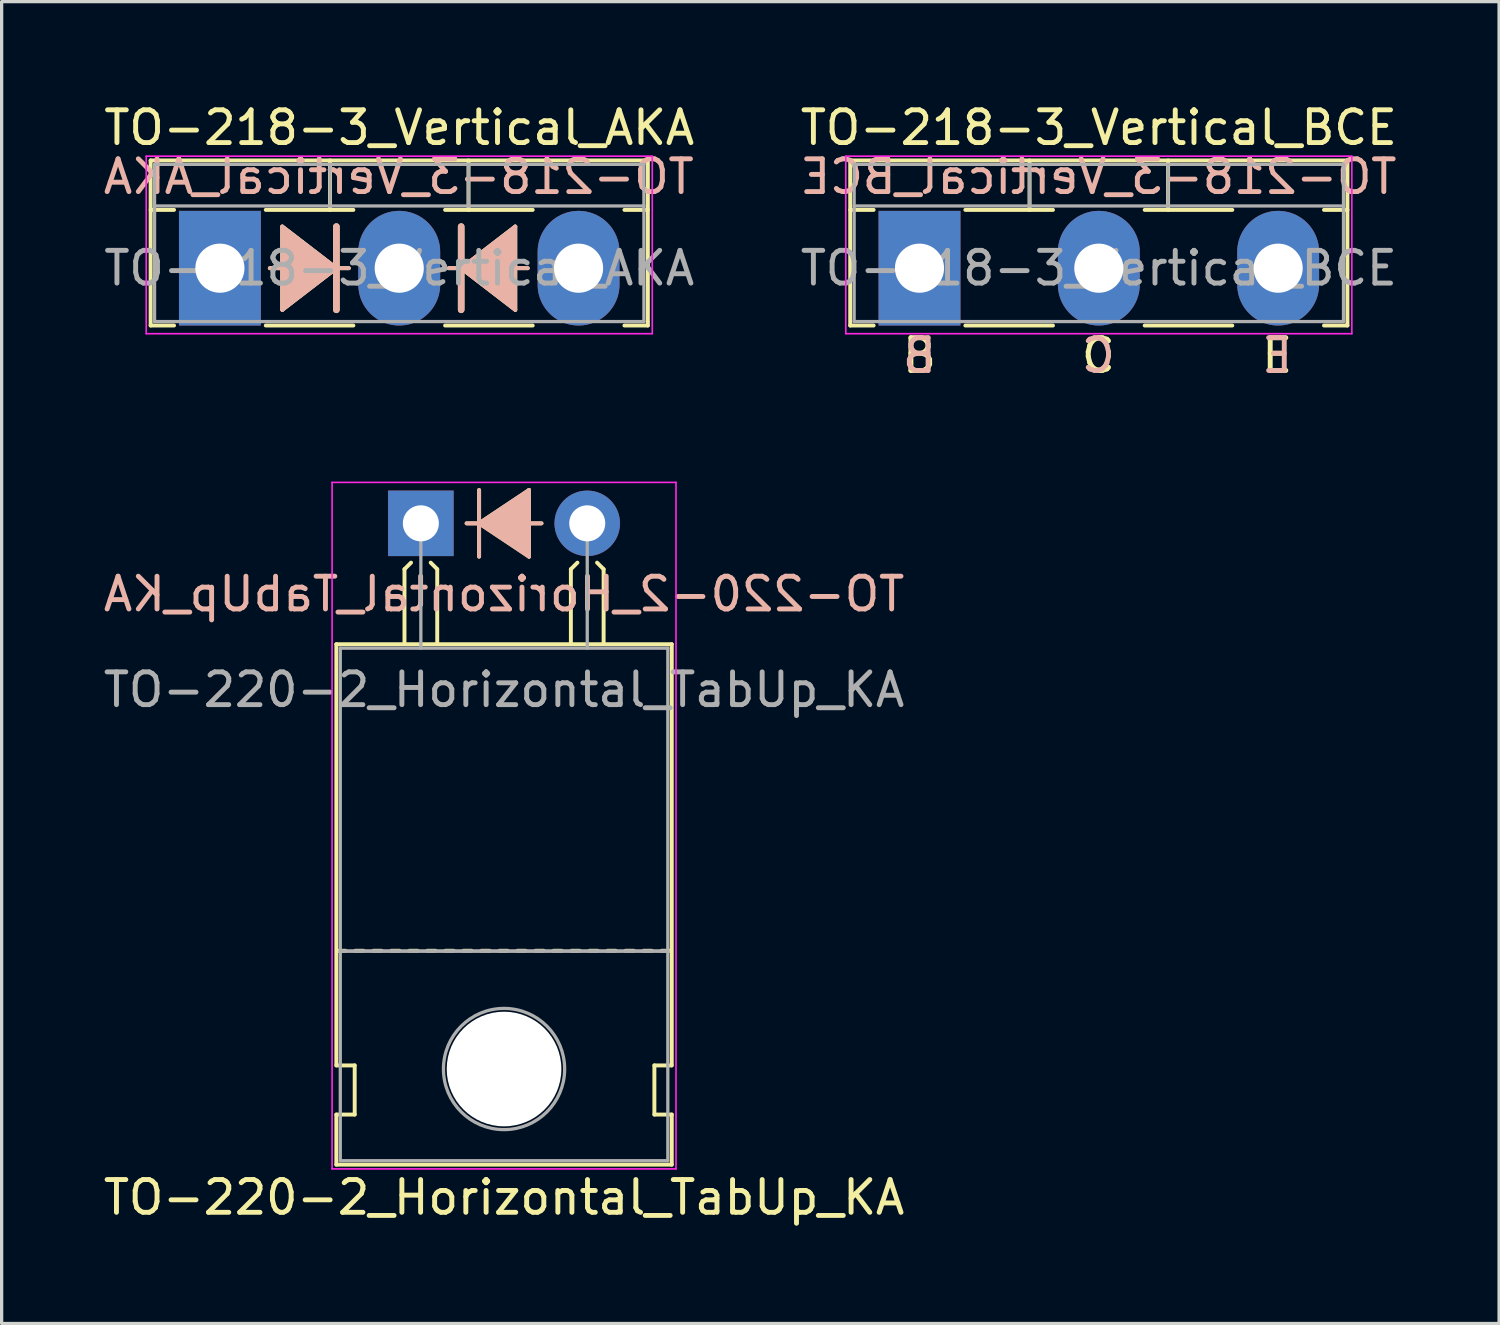
<source format=kicad_pcb>
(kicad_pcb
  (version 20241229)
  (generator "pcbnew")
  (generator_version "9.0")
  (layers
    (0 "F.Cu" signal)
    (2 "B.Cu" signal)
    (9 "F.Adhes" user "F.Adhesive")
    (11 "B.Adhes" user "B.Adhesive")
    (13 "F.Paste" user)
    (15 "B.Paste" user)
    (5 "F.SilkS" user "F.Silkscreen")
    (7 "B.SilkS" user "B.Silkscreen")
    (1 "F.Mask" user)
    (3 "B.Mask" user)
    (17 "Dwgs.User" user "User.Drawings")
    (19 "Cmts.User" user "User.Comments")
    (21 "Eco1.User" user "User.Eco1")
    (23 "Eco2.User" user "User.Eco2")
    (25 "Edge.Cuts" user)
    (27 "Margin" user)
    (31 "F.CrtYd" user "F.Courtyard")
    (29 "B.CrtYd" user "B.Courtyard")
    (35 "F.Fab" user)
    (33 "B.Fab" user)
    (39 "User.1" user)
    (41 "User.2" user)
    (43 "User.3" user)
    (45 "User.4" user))
  (footprint "TO-218-3_Vertical_AKA"
    (layer "F.Cu")
    (at 3.664 5.138)
    (property "Reference" "TO-218-3_Vertical_AKA" (at 5.475 -4.29 0) (layer "F.SilkS") (effects (font (size 1 1) (thickness 0.15))))
    (fp_line (start -2.115 -3.29) (end -2.115 1.75) (stroke (width 0.12) (type solid)) (layer "F.SilkS"))
    (fp_line (start -2.115 -3.29) (end 13.065 -3.29) (stroke (width 0.12) (type solid)) (layer "F.SilkS"))
    (fp_line (start -2.115 -1.78) (end -1.4 -1.78) (stroke (width 0.12) (type solid)) (layer "F.SilkS"))
    (fp_line (start -2.115 1.75) (end -1.4 1.75) (stroke (width 0.12) (type solid)) (layer "F.SilkS"))
    (fp_line (start 1.4 -1.78) (end 4.075 -1.78) (stroke (width 0.12) (type solid)) (layer "F.SilkS"))
    (fp_line (start 1.4 1.75) (end 4.075 1.75) (stroke (width 0.12) (type solid)) (layer "F.SilkS"))
    (fp_line (start 1.524 0) (end 1.905 0) (stroke (width 0.12) (type solid)) (layer "F.SilkS"))
    (fp_line (start 1.905 -1.27) (end 1.905 1.27) (stroke (width 0.12) (type solid)) (layer "F.SilkS"))
    (fp_line (start 1.905 1.27) (end 3.556 0) (stroke (width 0.12) (type solid)) (layer "F.SilkS"))
    (fp_line (start 3.36 -3.29) (end 3.36 -1.78) (stroke (width 0.12) (type solid)) (layer "F.SilkS"))
    (fp_line (start 3.556 0) (end 1.905 -1.27) (stroke (width 0.12) (type solid)) (layer "F.SilkS"))
    (fp_line (start 3.556 0) (end 3.556 -1.27) (stroke (width 0.2) (type solid)) (layer "F.SilkS"))
    (fp_line (start 3.556 1.27) (end 3.556 0) (stroke (width 0.2) (type solid)) (layer "F.SilkS"))
    (fp_line (start 3.937 0) (end 3.556 0) (stroke (width 0.12) (type solid)) (layer "F.SilkS"))
    (fp_line (start 6.875 -1.78) (end 9.55 -1.78) (stroke (width 0.12) (type solid)) (layer "F.SilkS"))
    (fp_line (start 6.875 1.75) (end 9.55 1.75) (stroke (width 0.12) (type solid)) (layer "F.SilkS"))
    (fp_line (start 6.985 0) (end 7.366 0) (stroke (width 0.12) (type solid)) (layer "F.SilkS"))
    (fp_line (start 7.366 -1.27) (end 7.366 0) (stroke (width 0.2) (type solid)) (layer "F.SilkS"))
    (fp_line (start 7.366 0) (end 7.366 1.27) (stroke (width 0.2) (type solid)) (layer "F.SilkS"))
    (fp_line (start 7.366 0) (end 9.017 1.27) (stroke (width 0.12) (type solid)) (layer "F.SilkS"))
    (fp_line (start 7.59 -3.29) (end 7.59 -1.78) (stroke (width 0.12) (type solid)) (layer "F.SilkS"))
    (fp_line (start 9.017 -1.27) (end 7.366 0) (stroke (width 0.12) (type solid)) (layer "F.SilkS"))
    (fp_line (start 9.017 1.27) (end 9.017 -1.27) (stroke (width 0.12) (type solid)) (layer "F.SilkS"))
    (fp_line (start 9.398 0) (end 9.017 0) (stroke (width 0.12) (type solid)) (layer "F.SilkS"))
    (fp_line (start 12.35 -1.78) (end 13.065 -1.78) (stroke (width 0.12) (type solid)) (layer "F.SilkS"))
    (fp_line (start 12.35 1.75) (end 13.065 1.75) (stroke (width 0.12) (type solid)) (layer "F.SilkS"))
    (fp_line (start 13.065 -3.29) (end 13.065 1.75) (stroke (width 0.12) (type solid)) (layer "F.SilkS"))
    (fp_poly (pts (xy 3.556 0) (xy 1.905 1.27) (xy 1.905 -1.27)) (stroke (width 0.1) (type solid)) (fill yes) (layer "F.SilkS"))
    (fp_poly (pts (xy 9.017 1.27) (xy 7.366 0) (xy 9.017 -1.27)) (stroke (width 0.1) (type solid)) (fill yes) (layer "F.SilkS"))
    (fp_line (start 1.524 0) (end 1.905 0) (stroke (width 0.12) (type solid)) (layer "B.SilkS"))
    (fp_line (start 1.905 -1.27) (end 3.556 0) (stroke (width 0.12) (type solid)) (layer "B.SilkS"))
    (fp_line (start 1.905 1.27) (end 1.905 -1.27) (stroke (width 0.12) (type solid)) (layer "B.SilkS"))
    (fp_line (start 3.556 -1.27) (end 3.556 0) (stroke (width 0.2) (type solid)) (layer "B.SilkS"))
    (fp_line (start 3.556 0) (end 1.905 1.27) (stroke (width 0.12) (type solid)) (layer "B.SilkS"))
    (fp_line (start 3.556 0) (end 3.556 1.27) (stroke (width 0.2) (type solid)) (layer "B.SilkS"))
    (fp_line (start 3.937 0) (end 3.556 0) (stroke (width 0.12) (type solid)) (layer "B.SilkS"))
    (fp_line (start 6.985 0) (end 7.366 0) (stroke (width 0.12) (type solid)) (layer "B.SilkS"))
    (fp_line (start 7.366 0) (end 7.366 -1.27) (stroke (width 0.2) (type solid)) (layer "B.SilkS"))
    (fp_line (start 7.366 0) (end 9.017 -1.27) (stroke (width 0.12) (type solid)) (layer "B.SilkS"))
    (fp_line (start 7.366 1.27) (end 7.366 0) (stroke (width 0.2) (type solid)) (layer "B.SilkS"))
    (fp_line (start 9.017 -1.27) (end 9.017 1.27) (stroke (width 0.12) (type solid)) (layer "B.SilkS"))
    (fp_line (start 9.017 1.27) (end 7.366 0) (stroke (width 0.12) (type solid)) (layer "B.SilkS"))
    (fp_line (start 9.398 0) (end 9.017 0) (stroke (width 0.12) (type solid)) (layer "B.SilkS"))
    (fp_poly (pts (xy 3.556 0) (xy 1.905 -1.27) (xy 1.905 1.27)) (stroke (width 0.1) (type solid)) (fill yes) (layer "B.SilkS"))
    (fp_poly (pts (xy 7.366 0) (xy 9.017 1.27) (xy 9.017 -1.27)) (stroke (width 0.1) (type solid)) (fill yes) (layer "B.SilkS"))
    (fp_line (start -2.25 -3.42) (end -2.25 2) (stroke (width 0.05) (type solid)) (layer "F.CrtYd"))
    (fp_line (start -2.25 2) (end 13.2 2) (stroke (width 0.05) (type solid)) (layer "F.CrtYd"))
    (fp_line (start 13.2 -3.42) (end -2.25 -3.42) (stroke (width 0.05) (type solid)) (layer "F.CrtYd"))
    (fp_line (start 13.2 2) (end 13.2 -3.42) (stroke (width 0.05) (type solid)) (layer "F.CrtYd"))
    (fp_line (start -1.995 -3.17) (end -1.995 1.63) (stroke (width 0.1) (type solid)) (layer "F.Fab"))
    (fp_line (start -1.995 -1.9) (end 12.945 -1.9) (stroke (width 0.1) (type solid)) (layer "F.Fab"))
    (fp_line (start -1.995 1.63) (end 12.945 1.63) (stroke (width 0.1) (type solid)) (layer "F.Fab"))
    (fp_line (start 3.36 -3.17) (end 3.36 -1.9) (stroke (width 0.1) (type solid)) (layer "F.Fab"))
    (fp_line (start 7.59 -3.17) (end 7.59 -1.9) (stroke (width 0.1) (type solid)) (layer "F.Fab"))
    (fp_line (start 12.945 -3.17) (end -1.995 -3.17) (stroke (width 0.1) (type solid)) (layer "F.Fab"))
    (fp_line (start 12.945 1.63) (end 12.945 -3.17) (stroke (width 0.1) (type solid)) (layer "F.Fab"))
    (fp_text user "${REFERENCE}" (at 5.461 -2.794 0) (layer "B.SilkS") (effects (font (size 1 1) (thickness 0.15)) (justify mirror)))
    (fp_text user "${REFERENCE}" (at 5.475 0 0) (layer "F.Fab") (effects (font (size 1 1) (thickness 0.15))))
    (pad "1" thru_hole rect (at 0 0) (size 2.5 3.5) (drill 1.5) (layers "*.Cu" "*.Mask"))
    (pad "2" thru_hole oval (at 5.475 0) (size 2.5 3.5) (drill 1.5) (layers "*.Cu" "*.Mask"))
    (pad "3" thru_hole oval (at 10.95 0) (size 2.5 3.5) (drill 1.5) (layers "*.Cu" "*.Mask")))
  (footprint "TO-220-2_Horizontal_TabUp_KA"
    (layer "F.Cu")
    (at 9.799 12.928)
    (property "Reference" "TO-220-2_Horizontal_TabUp_KA" (at 2.54 20.58 0) (layer "F.SilkS") (effects (font (size 1 1) (thickness 0.15))))
    (fp_line (start -2.58 16.55) (end -2.58 3.69) (stroke (width 0.12) (type solid)) (layer "F.SilkS"))
    (fp_line (start -2.58 16.55) (end -2.02 16.55) (stroke (width 0.12) (type solid)) (layer "F.SilkS"))
    (fp_line (start -2.58 19.58) (end -2.58 18.05) (stroke (width 0.12) (type solid)) (layer "F.SilkS"))
    (fp_line (start -2.3 13.05) (end -2.55 13.05) (stroke (width 0.12) (type solid)) (layer "F.SilkS"))
    (fp_line (start -2.02 16.55) (end -2.02 18.05) (stroke (width 0.12) (type solid)) (layer "F.SilkS"))
    (fp_line (start -2.02 18.05) (end -2.58 18.05) (stroke (width 0.12) (type solid)) (layer "F.SilkS"))
    (fp_line (start -1.75 13.05) (end -2 13.05) (stroke (width 0.12) (type solid)) (layer "F.SilkS"))
    (fp_line (start -1.2 13.05) (end -1.45 13.05) (stroke (width 0.12) (type solid)) (layer "F.SilkS"))
    (fp_line (start -0.65 13.05) (end -0.9 13.05) (stroke (width 0.12) (type solid)) (layer "F.SilkS"))
    (fp_line (start -0.5 1.4) (end -0.3 1.2) (stroke (width 0.12) (type solid)) (layer "F.SilkS"))
    (fp_line (start -0.5 3.65) (end -0.5 1.4) (stroke (width 0.12) (type solid)) (layer "F.SilkS"))
    (fp_line (start -0.1 13.05) (end -0.35 13.05) (stroke (width 0.12) (type solid)) (layer "F.SilkS"))
    (fp_line (start 0.45 13.05) (end 0.2 13.05) (stroke (width 0.12) (type solid)) (layer "F.SilkS"))
    (fp_line (start 0.5 1.4) (end 0.3 1.2) (stroke (width 0.12) (type solid)) (layer "F.SilkS"))
    (fp_line (start 0.5 3.65) (end 0.5 1.4) (stroke (width 0.12) (type solid)) (layer "F.SilkS"))
    (fp_line (start 1 13.05) (end 0.75 13.05) (stroke (width 0.12) (type solid)) (layer "F.SilkS"))
    (fp_line (start 1.397 0) (end 1.778 0) (stroke (width 0.12) (type solid)) (layer "F.SilkS"))
    (fp_line (start 1.55 13.05) (end 1.3 13.05) (stroke (width 0.12) (type solid)) (layer "F.SilkS"))
    (fp_line (start 1.778 0) (end 1.778 -1.016) (stroke (width 0.12) (type solid)) (layer "F.SilkS"))
    (fp_line (start 1.778 0) (end 1.778 1.016) (stroke (width 0.12) (type solid)) (layer "F.SilkS"))
    (fp_line (start 1.778 0) (end 3.302 1.016) (stroke (width 0.12) (type solid)) (layer "F.SilkS"))
    (fp_line (start 2.1 13.05) (end 1.85 13.05) (stroke (width 0.12) (type solid)) (layer "F.SilkS"))
    (fp_line (start 2.65 13.05) (end 2.4 13.05) (stroke (width 0.12) (type solid)) (layer "F.SilkS"))
    (fp_line (start 3.2 13.05) (end 2.95 13.05) (stroke (width 0.12) (type solid)) (layer "F.SilkS"))
    (fp_line (start 3.302 -1.016) (end 1.778 0) (stroke (width 0.12) (type solid)) (layer "F.SilkS"))
    (fp_line (start 3.302 0) (end 3.683 0) (stroke (width 0.12) (type solid)) (layer "F.SilkS"))
    (fp_line (start 3.302 1.016) (end 3.302 -1.016) (stroke (width 0.12) (type solid)) (layer "F.SilkS"))
    (fp_line (start 3.75 13.05) (end 3.5 13.05) (stroke (width 0.12) (type solid)) (layer "F.SilkS"))
    (fp_line (start 4.3 13.05) (end 4.05 13.05) (stroke (width 0.12) (type solid)) (layer "F.SilkS"))
    (fp_line (start 4.58 1.4) (end 4.78 1.2) (stroke (width 0.12) (type solid)) (layer "F.SilkS"))
    (fp_line (start 4.58 3.65) (end 4.58 1.4) (stroke (width 0.12) (type solid)) (layer "F.SilkS"))
    (fp_line (start 4.85 13.05) (end 4.6 13.05) (stroke (width 0.12) (type solid)) (layer "F.SilkS"))
    (fp_line (start 5.4 13.05) (end 5.15 13.05) (stroke (width 0.12) (type solid)) (layer "F.SilkS"))
    (fp_line (start 5.58 1.4) (end 5.38 1.2) (stroke (width 0.12) (type solid)) (layer "F.SilkS"))
    (fp_line (start 5.58 3.65) (end 5.58 1.4) (stroke (width 0.12) (type solid)) (layer "F.SilkS"))
    (fp_line (start 5.95 13.05) (end 5.7 13.05) (stroke (width 0.12) (type solid)) (layer "F.SilkS"))
    (fp_line (start 6.5 13.05) (end 6.25 13.05) (stroke (width 0.12) (type solid)) (layer "F.SilkS"))
    (fp_line (start 7.05 13.05) (end 6.8 13.05) (stroke (width 0.12) (type solid)) (layer "F.SilkS"))
    (fp_line (start 7.13 16.55) (end 7.655 16.55) (stroke (width 0.12) (type solid)) (layer "F.SilkS"))
    (fp_line (start 7.13 18.05) (end 7.13 16.55) (stroke (width 0.12) (type solid)) (layer "F.SilkS"))
    (fp_line (start 7.6 13.05) (end 7.35 13.05) (stroke (width 0.12) (type solid)) (layer "F.SilkS"))
    (fp_line (start 7.66 3.69) (end -2.58 3.69) (stroke (width 0.12) (type solid)) (layer "F.SilkS"))
    (fp_line (start 7.66 16.55) (end 7.66 3.69) (stroke (width 0.12) (type solid)) (layer "F.SilkS"))
    (fp_line (start 7.66 18.05) (end 7.13 18.05) (stroke (width 0.12) (type solid)) (layer "F.SilkS"))
    (fp_line (start 7.66 19.58) (end -2.58 19.58) (stroke (width 0.12) (type solid)) (layer "F.SilkS"))
    (fp_line (start 7.66 19.58) (end 7.66 18.05) (stroke (width 0.12) (type solid)) (layer "F.SilkS"))
    (fp_poly (pts (xy 3.3 1) (xy 1.8 0) (xy 3.3 -1)) (stroke (width 0.1) (type solid)) (fill yes) (layer "F.SilkS"))
    (fp_line (start 1.397 0) (end 1.778 0) (stroke (width 0.12) (type solid)) (layer "B.SilkS"))
    (fp_line (start 1.778 0) (end 1.778 -1.016) (stroke (width 0.12) (type solid)) (layer "B.SilkS"))
    (fp_line (start 1.778 0) (end 1.778 1.016) (stroke (width 0.12) (type solid)) (layer "B.SilkS"))
    (fp_line (start 1.778 0) (end 3.302 -1.016) (stroke (width 0.12) (type solid)) (layer "B.SilkS"))
    (fp_line (start 3.302 -1.016) (end 3.302 1.016) (stroke (width 0.12) (type solid)) (layer "B.SilkS"))
    (fp_line (start 3.302 0) (end 3.683 0) (stroke (width 0.12) (type solid)) (layer "B.SilkS"))
    (fp_line (start 3.302 1.016) (end 1.778 0) (stroke (width 0.12) (type solid)) (layer "B.SilkS"))
    (fp_poly (pts (xy 3.3 -1) (xy 1.8 0) (xy 3.3 1)) (stroke (width 0.1) (type solid)) (fill yes) (layer "B.SilkS"))
    (fp_line (start -2.71 -1.25) (end -2.71 19.71) (stroke (width 0.05) (type solid)) (layer "F.CrtYd"))
    (fp_line (start -2.71 19.71) (end 7.79 19.71) (stroke (width 0.05) (type solid)) (layer "F.CrtYd"))
    (fp_line (start 7.79 -1.25) (end -2.71 -1.25) (stroke (width 0.05) (type solid)) (layer "F.CrtYd"))
    (fp_line (start 7.79 19.71) (end 7.79 -1.25) (stroke (width 0.05) (type solid)) (layer "F.CrtYd"))
    (fp_line (start -2.46 3.81) (end -2.46 13.06) (stroke (width 0.1) (type solid)) (layer "F.Fab"))
    (fp_line (start -2.46 13.06) (end -2.46 19.46) (stroke (width 0.1) (type solid)) (layer "F.Fab"))
    (fp_line (start -2.46 13.06) (end 7.54 13.06) (stroke (width 0.1) (type solid)) (layer "F.Fab"))
    (fp_line (start -2.46 19.46) (end 7.54 19.46) (stroke (width 0.1) (type solid)) (layer "F.Fab"))
    (fp_line (start 0 3.81) (end 0 0) (stroke (width 0.1) (type solid)) (layer "F.Fab"))
    (fp_line (start 5.08 3.81) (end 5.08 0) (stroke (width 0.1) (type solid)) (layer "F.Fab"))
    (fp_line (start 7.54 3.81) (end -2.46 3.81) (stroke (width 0.1) (type solid)) (layer "F.Fab"))
    (fp_line (start 7.54 13.06) (end -2.46 13.06) (stroke (width 0.1) (type solid)) (layer "F.Fab"))
    (fp_line (start 7.54 13.06) (end 7.54 3.81) (stroke (width 0.1) (type solid)) (layer "F.Fab"))
    (fp_line (start 7.54 19.46) (end 7.54 13.06) (stroke (width 0.1) (type solid)) (layer "F.Fab"))
    (fp_circle (center 2.54 16.66) (end 4.39 16.66) (stroke (width 0.1) (type solid)) (fill no) (layer "F.Fab"))
    (fp_text user "${REFERENCE}" (at 2.54 2.159 0) (layer "B.SilkS") (effects (font (size 1 1) (thickness 0.15)) (justify mirror)))
    (fp_text user "${REFERENCE}" (at 2.54 5.08 0) (layer "F.Fab") (effects (font (size 1 1) (thickness 0.15))))
    (pad "" np_thru_hole oval (at 2.54 16.66) (size 3.5 3.5) (drill 3.5) (layers "*.Cu" "*.Mask"))
    (pad "1" thru_hole rect (at 0 0) (size 2 2) (drill 1.1) (layers "*.Cu" "*.Mask"))
    (pad "2" thru_hole oval (at 5.08 0) (size 2 2) (drill 1.1) (layers "*.Cu" "*.Mask")))
  (footprint "TO-218-3_Vertical_BCE"
    (layer "F.Cu")
    (at 25.023 5.138)
    (property "Reference" "TO-218-3_Vertical_BCE" (at 5.475 -4.29 0) (layer "F.SilkS") (effects (font (size 1 1) (thickness 0.15))))
    (fp_line (start -2.115 -3.29) (end -2.115 1.75) (stroke (width 0.12) (type solid)) (layer "F.SilkS"))
    (fp_line (start -2.115 -3.29) (end 13.065 -3.29) (stroke (width 0.12) (type solid)) (layer "F.SilkS"))
    (fp_line (start -2.115 -1.78) (end -1.4 -1.78) (stroke (width 0.12) (type solid)) (layer "F.SilkS"))
    (fp_line (start -2.115 1.75) (end -1.4 1.75) (stroke (width 0.12) (type solid)) (layer "F.SilkS"))
    (fp_line (start 1.4 -1.78) (end 4.075 -1.78) (stroke (width 0.12) (type solid)) (layer "F.SilkS"))
    (fp_line (start 1.4 1.75) (end 4.075 1.75) (stroke (width 0.12) (type solid)) (layer "F.SilkS"))
    (fp_line (start 3.36 -3.29) (end 3.36 -1.78) (stroke (width 0.12) (type solid)) (layer "F.SilkS"))
    (fp_line (start 6.875 -1.78) (end 9.55 -1.78) (stroke (width 0.12) (type solid)) (layer "F.SilkS"))
    (fp_line (start 6.875 1.75) (end 9.55 1.75) (stroke (width 0.12) (type solid)) (layer "F.SilkS"))
    (fp_line (start 7.59 -3.29) (end 7.59 -1.78) (stroke (width 0.12) (type solid)) (layer "F.SilkS"))
    (fp_line (start 12.35 -1.78) (end 13.065 -1.78) (stroke (width 0.12) (type solid)) (layer "F.SilkS"))
    (fp_line (start 12.35 1.75) (end 13.065 1.75) (stroke (width 0.12) (type solid)) (layer "F.SilkS"))
    (fp_line (start 13.065 -3.29) (end 13.065 1.75) (stroke (width 0.12) (type solid)) (layer "F.SilkS"))
    (fp_line (start -2.25 -3.42) (end -2.25 2) (stroke (width 0.05) (type solid)) (layer "F.CrtYd"))
    (fp_line (start -2.25 2) (end 13.2 2) (stroke (width 0.05) (type solid)) (layer "F.CrtYd"))
    (fp_line (start 13.2 -3.42) (end -2.25 -3.42) (stroke (width 0.05) (type solid)) (layer "F.CrtYd"))
    (fp_line (start 13.2 2) (end 13.2 -3.42) (stroke (width 0.05) (type solid)) (layer "F.CrtYd"))
    (fp_line (start -1.995 -3.17) (end -1.995 1.63) (stroke (width 0.1) (type solid)) (layer "F.Fab"))
    (fp_line (start -1.995 -1.9) (end 12.945 -1.9) (stroke (width 0.1) (type solid)) (layer "F.Fab"))
    (fp_line (start -1.995 1.63) (end 12.945 1.63) (stroke (width 0.1) (type solid)) (layer "F.Fab"))
    (fp_line (start 3.36 -3.17) (end 3.36 -1.9) (stroke (width 0.1) (type solid)) (layer "F.Fab"))
    (fp_line (start 7.59 -3.17) (end 7.59 -1.9) (stroke (width 0.1) (type solid)) (layer "F.Fab"))
    (fp_line (start 12.945 -3.17) (end -1.995 -3.17) (stroke (width 0.1) (type solid)) (layer "F.Fab"))
    (fp_line (start 12.945 1.63) (end 12.945 -3.17) (stroke (width 0.1) (type solid)) (layer "F.Fab"))
    (fp_text user "B" (at 0 2.667 0) (unlocked yes) (layer "F.SilkS") (effects (font (size 1 1) (thickness 0.15))))
    (fp_text user "E" (at 10.922 2.667 0) (unlocked yes) (layer "F.SilkS") (effects (font (size 1 1) (thickness 0.15))))
    (fp_text user "C" (at 5.461 2.667 0) (unlocked yes) (layer "F.SilkS") (effects (font (size 1 1) (thickness 0.15))))
    (fp_text user "C" (at 5.461 2.667 0) (unlocked yes) (layer "B.SilkS") (effects (font (size 1 1) (thickness 0.15)) (justify mirror)))
    (fp_text user "B" (at 0 2.667 0) (unlocked yes) (layer "B.SilkS") (effects (font (size 1 1) (thickness 0.15)) (justify mirror)))
    (fp_text user "${REFERENCE}" (at 5.461 -2.794 0) (layer "B.SilkS") (effects (font (size 1 1) (thickness 0.15)) (justify mirror)))
    (fp_text user "E" (at 10.922 2.667 0) (unlocked yes) (layer "B.SilkS") (effects (font (size 1 1) (thickness 0.15)) (justify mirror)))
    (fp_text user "${REFERENCE}" (at 5.475 0 0) (layer "F.Fab") (effects (font (size 1 1) (thickness 0.15))))
    (pad "1" thru_hole rect (at 0 0) (size 2.5 3.5) (drill 1.5) (layers "*.Cu" "*.Mask"))
    (pad "2" thru_hole oval (at 5.475 0) (size 2.5 3.5) (drill 1.5) (layers "*.Cu" "*.Mask"))
    (pad "3" thru_hole oval (at 10.95 0) (size 2.5 3.5) (drill 1.5) (layers "*.Cu" "*.Mask")))
  (gr_rect
    (start -3 -3)
    (end 42.718 37.357)
    (stroke (width 0.1) (type default))
    (fill no)
    (layer "Edge.Cuts")))
</source>
